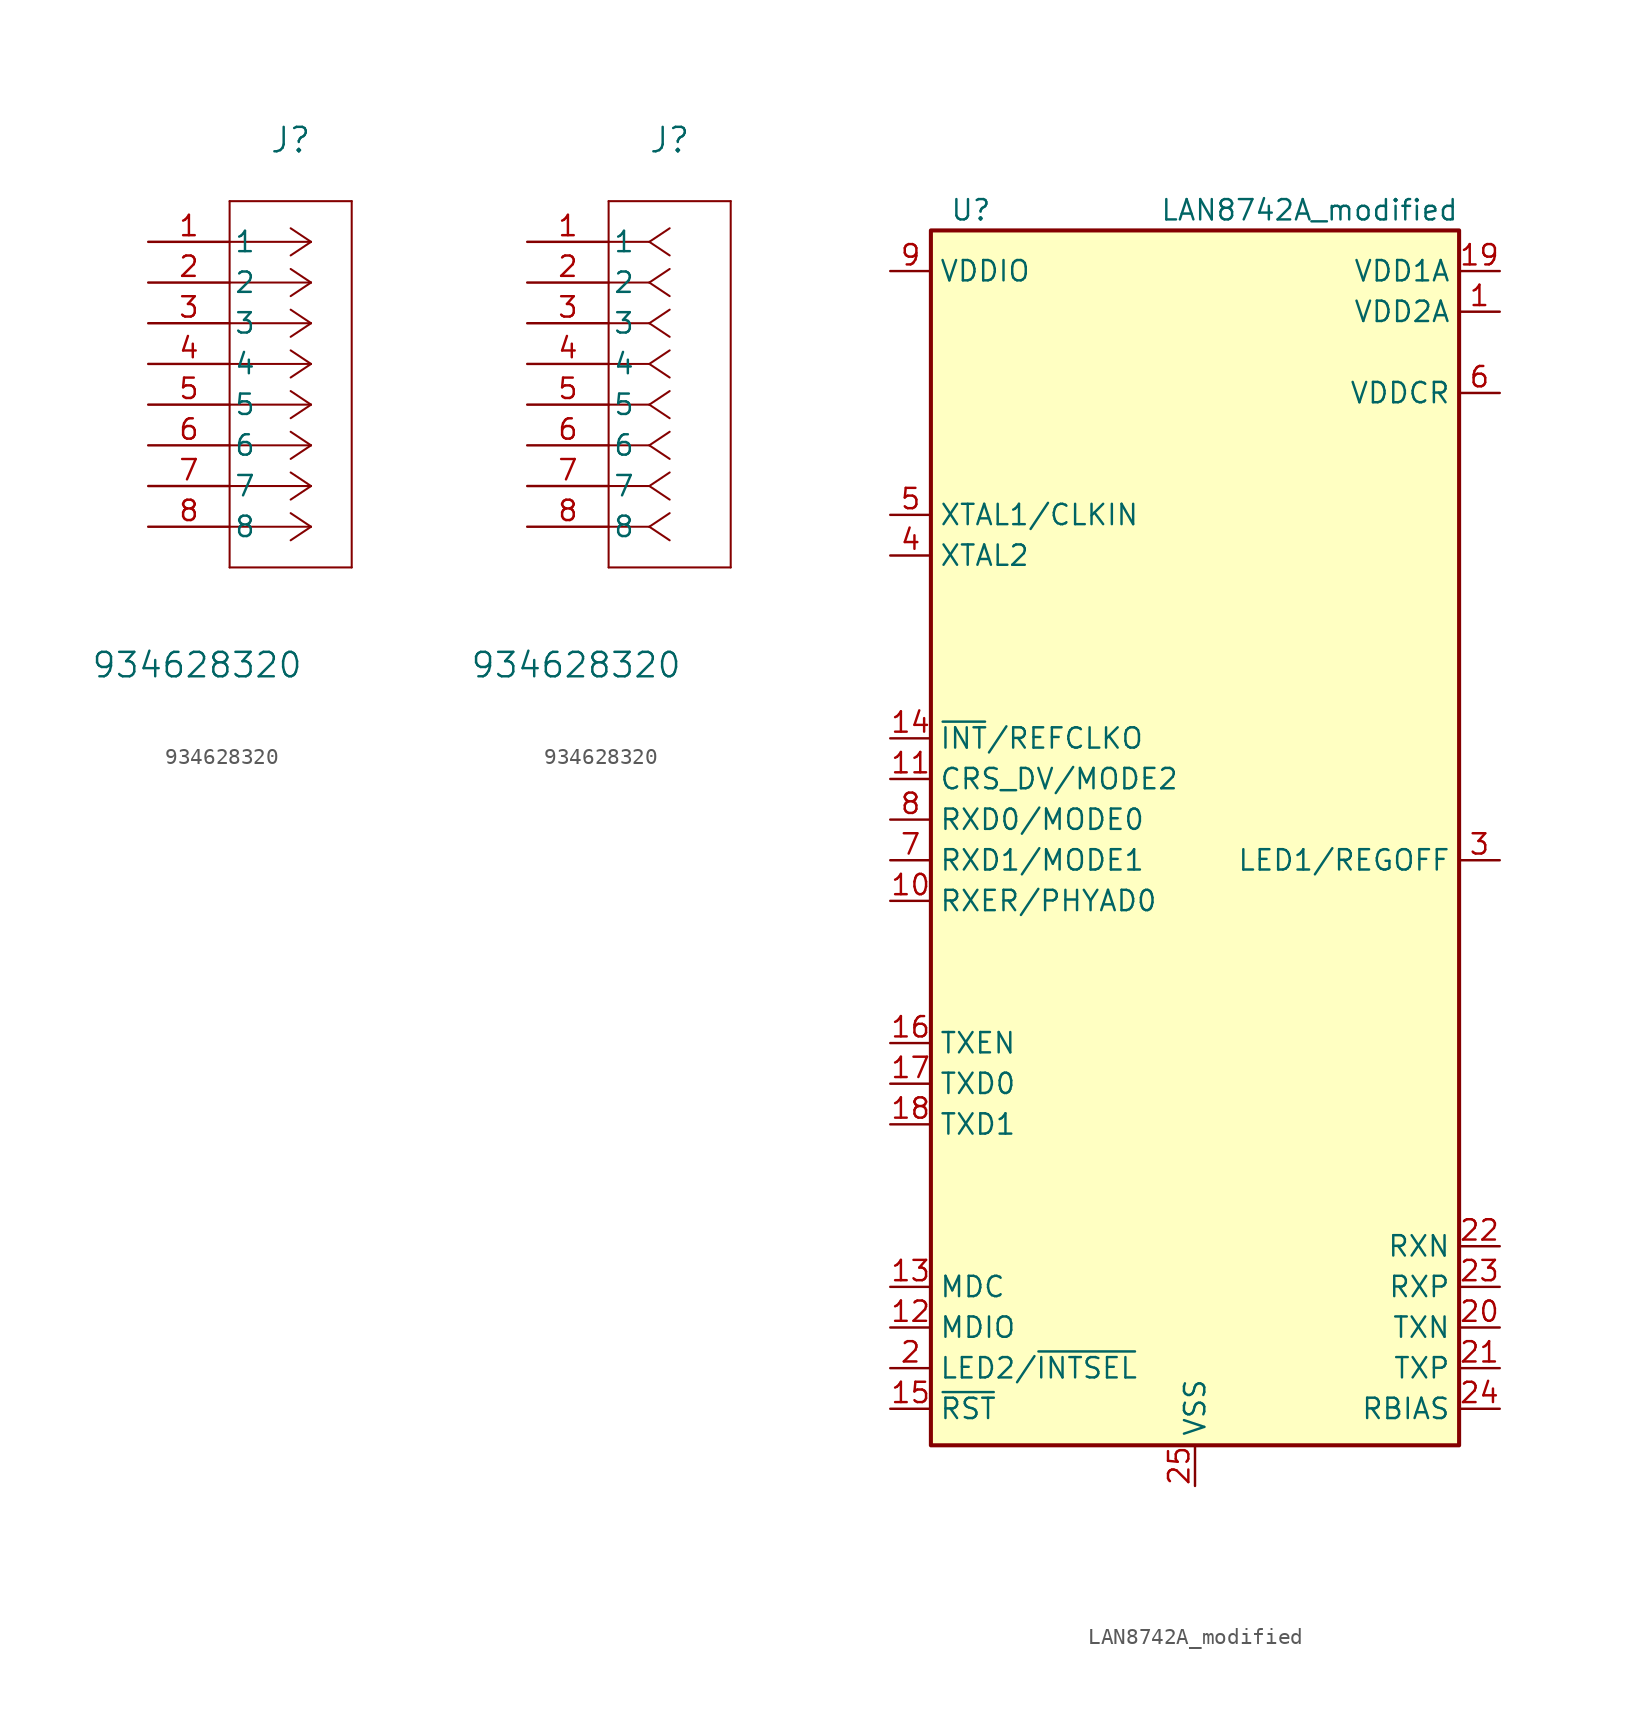
<source format=kicad_sym>
(kicad_symbol_lib
  (version 20241209)
  (generator "kicad_symbol_editor")
  (generator_version "9.0")
  (symbol "934628320"
    (pin_names
      (offset 0.254))
    (property "Reference" "J"
      (at 8.89 6.35 0)
      (effects (font (size 1.524 1.524))))
    (property "Value" "934628320"
      (at 3.048 -26.416 0)
      (effects (font (size 1.524 1.524))))
    (property "ki_locked" ""
      (at 0 0 0)
      (effects (font (size 1.27 1.27))))
    (symbol "934628320_1_1"
      (polyline (pts (xy 5.08 2.54) (xy 5.08 -20.32)) (stroke (width 0.127) (type default)) (fill (type none)))
      (polyline (pts (xy 5.08 -20.32) (xy 12.7 -20.32)) (stroke (width 0.127) (type default)) (fill (type none)))
      (polyline (pts (xy 10.16 0) (xy 5.08 0)) (stroke (width 0.127) (type default)) (fill (type none)))
      (polyline (pts (xy 10.16 0) (xy 8.89 0.847)) (stroke (width 0.127) (type default)) (fill (type none)))
      (polyline (pts (xy 10.16 0) (xy 8.89 -0.847)) (stroke (width 0.127) (type default)) (fill (type none)))
      (polyline (pts (xy 10.16 -2.54) (xy 5.08 -2.54)) (stroke (width 0.127) (type default)) (fill (type none)))
      (polyline (pts (xy 10.16 -2.54) (xy 8.89 -1.693)) (stroke (width 0.127) (type default)) (fill (type none)))
      (polyline (pts (xy 10.16 -2.54) (xy 8.89 -3.387)) (stroke (width 0.127) (type default)) (fill (type none)))
      (polyline (pts (xy 10.16 -5.08) (xy 5.08 -5.08)) (stroke (width 0.127) (type default)) (fill (type none)))
      (polyline (pts (xy 10.16 -5.08) (xy 8.89 -4.233)) (stroke (width 0.127) (type default)) (fill (type none)))
      (polyline (pts (xy 10.16 -5.08) (xy 8.89 -5.927)) (stroke (width 0.127) (type default)) (fill (type none)))
      (polyline (pts (xy 10.16 -7.62) (xy 5.08 -7.62)) (stroke (width 0.127) (type default)) (fill (type none)))
      (polyline (pts (xy 10.16 -7.62) (xy 8.89 -6.773)) (stroke (width 0.127) (type default)) (fill (type none)))
      (polyline (pts (xy 10.16 -7.62) (xy 8.89 -8.467)) (stroke (width 0.127) (type default)) (fill (type none)))
      (polyline (pts (xy 10.16 -10.16) (xy 5.08 -10.16)) (stroke (width 0.127) (type default)) (fill (type none)))
      (polyline (pts (xy 10.16 -10.16) (xy 8.89 -9.313)) (stroke (width 0.127) (type default)) (fill (type none)))
      (polyline (pts (xy 10.16 -10.16) (xy 8.89 -11.007)) (stroke (width 0.127) (type default)) (fill (type none)))
      (polyline (pts (xy 10.16 -12.7) (xy 5.08 -12.7)) (stroke (width 0.127) (type default)) (fill (type none)))
      (polyline (pts (xy 10.16 -12.7) (xy 8.89 -11.853)) (stroke (width 0.127) (type default)) (fill (type none)))
      (polyline (pts (xy 10.16 -12.7) (xy 8.89 -13.547)) (stroke (width 0.127) (type default)) (fill (type none)))
      (polyline (pts (xy 10.16 -15.24) (xy 5.08 -15.24)) (stroke (width 0.127) (type default)) (fill (type none)))
      (polyline (pts (xy 10.16 -15.24) (xy 8.89 -14.393)) (stroke (width 0.127) (type default)) (fill (type none)))
      (polyline (pts (xy 10.16 -15.24) (xy 8.89 -16.087)) (stroke (width 0.127) (type default)) (fill (type none)))
      (polyline (pts (xy 10.16 -17.78) (xy 5.08 -17.78)) (stroke (width 0.127) (type default)) (fill (type none)))
      (polyline (pts (xy 10.16 -17.78) (xy 8.89 -16.933)) (stroke (width 0.127) (type default)) (fill (type none)))
      (polyline (pts (xy 10.16 -17.78) (xy 8.89 -18.627)) (stroke (width 0.127) (type default)) (fill (type none)))
      (polyline (pts (xy 12.7 2.54) (xy 5.08 2.54)) (stroke (width 0.127) (type default)) (fill (type none)))
      (polyline (pts (xy 12.7 -20.32) (xy 12.7 2.54)) (stroke (width 0.127) (type default)) (fill (type none)))
      (pin unspecified line (at 0 0 0) (length 5.08) (name "1" (effects (font (size 1.27 1.27)))) (number "1" (effects (font (size 1.27 1.27)))))
      (pin unspecified line (at 0 -2.54 0) (length 5.08) (name "2" (effects (font (size 1.27 1.27)))) (number "2" (effects (font (size 1.27 1.27)))))
      (pin unspecified line (at 0 -5.08 0) (length 5.08) (name "3" (effects (font (size 1.27 1.27)))) (number "3" (effects (font (size 1.27 1.27)))))
      (pin unspecified line (at 0 -7.62 0) (length 5.08) (name "4" (effects (font (size 1.27 1.27)))) (number "4" (effects (font (size 1.27 1.27)))))
      (pin unspecified line (at 0 -10.16 0) (length 5.08) (name "5" (effects (font (size 1.27 1.27)))) (number "5" (effects (font (size 1.27 1.27)))))
      (pin unspecified line (at 0 -12.7 0) (length 5.08) (name "6" (effects (font (size 1.27 1.27)))) (number "6" (effects (font (size 1.27 1.27)))))
      (pin unspecified line (at 0 -15.24 0) (length 5.08) (name "7" (effects (font (size 1.27 1.27)))) (number "7" (effects (font (size 1.27 1.27)))))
      (pin unspecified line (at 0 -17.78 0) (length 5.08) (name "8" (effects (font (size 1.27 1.27)))) (number "8" (effects (font (size 1.27 1.27))))))
    (symbol "934628320_1_2"
      (polyline (pts (xy 5.08 2.54) (xy 5.08 -20.32)) (stroke (width 0.127) (type default)) (fill (type none)))
      (polyline (pts (xy 5.08 -20.32) (xy 12.7 -20.32)) (stroke (width 0.127) (type default)) (fill (type none)))
      (polyline (pts (xy 7.62 0) (xy 5.08 0)) (stroke (width 0.127) (type default)) (fill (type none)))
      (polyline (pts (xy 7.62 0) (xy 8.89 0.847)) (stroke (width 0.127) (type default)) (fill (type none)))
      (polyline (pts (xy 7.62 0) (xy 8.89 -0.847)) (stroke (width 0.127) (type default)) (fill (type none)))
      (polyline (pts (xy 7.62 -2.54) (xy 5.08 -2.54)) (stroke (width 0.127) (type default)) (fill (type none)))
      (polyline (pts (xy 7.62 -2.54) (xy 8.89 -1.693)) (stroke (width 0.127) (type default)) (fill (type none)))
      (polyline (pts (xy 7.62 -2.54) (xy 8.89 -3.387)) (stroke (width 0.127) (type default)) (fill (type none)))
      (polyline (pts (xy 7.62 -5.08) (xy 5.08 -5.08)) (stroke (width 0.127) (type default)) (fill (type none)))
      (polyline (pts (xy 7.62 -5.08) (xy 8.89 -4.233)) (stroke (width 0.127) (type default)) (fill (type none)))
      (polyline (pts (xy 7.62 -5.08) (xy 8.89 -5.927)) (stroke (width 0.127) (type default)) (fill (type none)))
      (polyline (pts (xy 7.62 -7.62) (xy 5.08 -7.62)) (stroke (width 0.127) (type default)) (fill (type none)))
      (polyline (pts (xy 7.62 -7.62) (xy 8.89 -6.773)) (stroke (width 0.127) (type default)) (fill (type none)))
      (polyline (pts (xy 7.62 -7.62) (xy 8.89 -8.467)) (stroke (width 0.127) (type default)) (fill (type none)))
      (polyline (pts (xy 7.62 -10.16) (xy 5.08 -10.16)) (stroke (width 0.127) (type default)) (fill (type none)))
      (polyline (pts (xy 7.62 -10.16) (xy 8.89 -9.313)) (stroke (width 0.127) (type default)) (fill (type none)))
      (polyline (pts (xy 7.62 -10.16) (xy 8.89 -11.007)) (stroke (width 0.127) (type default)) (fill (type none)))
      (polyline (pts (xy 7.62 -12.7) (xy 5.08 -12.7)) (stroke (width 0.127) (type default)) (fill (type none)))
      (polyline (pts (xy 7.62 -12.7) (xy 8.89 -11.853)) (stroke (width 0.127) (type default)) (fill (type none)))
      (polyline (pts (xy 7.62 -12.7) (xy 8.89 -13.547)) (stroke (width 0.127) (type default)) (fill (type none)))
      (polyline (pts (xy 7.62 -15.24) (xy 5.08 -15.24)) (stroke (width 0.127) (type default)) (fill (type none)))
      (polyline (pts (xy 7.62 -15.24) (xy 8.89 -14.393)) (stroke (width 0.127) (type default)) (fill (type none)))
      (polyline (pts (xy 7.62 -15.24) (xy 8.89 -16.087)) (stroke (width 0.127) (type default)) (fill (type none)))
      (polyline (pts (xy 7.62 -17.78) (xy 5.08 -17.78)) (stroke (width 0.127) (type default)) (fill (type none)))
      (polyline (pts (xy 7.62 -17.78) (xy 8.89 -16.933)) (stroke (width 0.127) (type default)) (fill (type none)))
      (polyline (pts (xy 7.62 -17.78) (xy 8.89 -18.627)) (stroke (width 0.127) (type default)) (fill (type none)))
      (polyline (pts (xy 12.7 2.54) (xy 5.08 2.54)) (stroke (width 0.127) (type default)) (fill (type none)))
      (polyline (pts (xy 12.7 -20.32) (xy 12.7 2.54)) (stroke (width 0.127) (type default)) (fill (type none)))
      (pin unspecified line (at 0 0 0) (length 5.08) (name "1" (effects (font (size 1.27 1.27)))) (number "1" (effects (font (size 1.27 1.27)))))
      (pin unspecified line (at 0 -2.54 0) (length 5.08) (name "2" (effects (font (size 1.27 1.27)))) (number "2" (effects (font (size 1.27 1.27)))))
      (pin unspecified line (at 0 -5.08 0) (length 5.08) (name "3" (effects (font (size 1.27 1.27)))) (number "3" (effects (font (size 1.27 1.27)))))
      (pin unspecified line (at 0 -7.62 0) (length 5.08) (name "4" (effects (font (size 1.27 1.27)))) (number "4" (effects (font (size 1.27 1.27)))))
      (pin unspecified line (at 0 -10.16 0) (length 5.08) (name "5" (effects (font (size 1.27 1.27)))) (number "5" (effects (font (size 1.27 1.27)))))
      (pin unspecified line (at 0 -12.7 0) (length 5.08) (name "6" (effects (font (size 1.27 1.27)))) (number "6" (effects (font (size 1.27 1.27)))))
      (pin unspecified line (at 0 -15.24 0) (length 5.08) (name "7" (effects (font (size 1.27 1.27)))) (number "7" (effects (font (size 1.27 1.27)))))
      (pin unspecified line (at 0 -17.78 0) (length 5.08) (name "8" (effects (font (size 1.27 1.27)))) (number "8" (effects (font (size 1.27 1.27)))))))
  (symbol "LAN8742A_modified"
    (property "Reference" "U"
      (at -13.97 29.21 0)
      (effects (font (size 1.27 1.27)) (justify right)))
    (property "Value" "LAN8742A_modified"
      (at 15.24 29.21 0)
      (effects (font (size 1.27 1.27)) (justify right)))
    (symbol "LAN8742A_modified_0_1"
      (rectangle (start -17.78 27.94) (end 15.24 -48.006) (stroke (width 0.254) (type default)) (fill (type background))))
    (symbol "LAN8742A_modified_1_1"
      (pin power_in line (at -20.32 25.4 0) (length 2.54) (name "VDDIO" (effects (font (size 1.27 1.27)))) (number "9" (effects (font (size 1.27 1.27)))))
      (pin input line (at -20.32 10.16 0) (length 2.54) (name "XTAL1/CLKIN" (effects (font (size 1.27 1.27)))) (number "5" (effects (font (size 1.27 1.27)))))
      (pin output line (at -20.32 7.62 0) (length 2.54) (name "XTAL2" (effects (font (size 1.27 1.27)))) (number "4" (effects (font (size 1.27 1.27)))))
      (pin output line (at -20.32 -3.81 0) (length 2.54) (name "~{INT}/REFCLKO" (effects (font (size 1.27 1.27)))) (number "14" (effects (font (size 1.27 1.27)))))
      (pin bidirectional line (at -20.32 -6.35 0) (length 2.54) (name "CRS_DV/MODE2" (effects (font (size 1.27 1.27)))) (number "11" (effects (font (size 1.27 1.27)))))
      (pin bidirectional line (at -20.32 -8.89 0) (length 2.54) (name "RXD0/MODE0" (effects (font (size 1.27 1.27)))) (number "8" (effects (font (size 1.27 1.27)))))
      (pin bidirectional line (at -20.32 -11.43 0) (length 2.54) (name "RXD1/MODE1" (effects (font (size 1.27 1.27)))) (number "7" (effects (font (size 1.27 1.27)))))
      (pin output line (at -20.32 -13.97 0) (length 2.54) (name "RXER/PHYAD0" (effects (font (size 1.27 1.27)))) (number "10" (effects (font (size 1.27 1.27)))))
      (pin input line (at -20.32 -22.86 0) (length 2.54) (name "TXEN" (effects (font (size 1.27 1.27)))) (number "16" (effects (font (size 1.27 1.27)))))
      (pin input line (at -20.32 -25.4 0) (length 2.54) (name "TXD0" (effects (font (size 1.27 1.27)))) (number "17" (effects (font (size 1.27 1.27)))))
      (pin input line (at -20.32 -27.94 0) (length 2.54) (name "TXD1" (effects (font (size 1.27 1.27)))) (number "18" (effects (font (size 1.27 1.27)))))
      (pin input line (at -20.32 -38.1 0) (length 2.54) (name "MDC" (effects (font (size 1.27 1.27)))) (number "13" (effects (font (size 1.27 1.27)))))
      (pin bidirectional line (at -20.32 -40.64 0) (length 2.54) (name "MDIO" (effects (font (size 1.27 1.27)))) (number "12" (effects (font (size 1.27 1.27)))))
      (pin bidirectional line (at -20.32 -43.18 0) (length 2.54) (name "LED2/~{INTSEL}" (effects (font (size 1.27 1.27)))) (number "2" (effects (font (size 1.27 1.27)))) (alternate "~{INT}/~{INTSEL}" output line) (alternate "~{PME}/~{INTSEL}" output line))
      (pin input line (at -20.32 -45.72 0) (length 2.54) (name "~{RST}" (effects (font (size 1.27 1.27)))) (number "15" (effects (font (size 1.27 1.27)))))
      (pin power_in line (at -1.27 -50.546 90) (length 2.54) (name "VSS" (effects (font (size 1.27 1.27)))) (number "25" (effects (font (size 1.27 1.27)))))
      (pin power_in line (at 17.78 25.4 180) (length 2.54) (name "VDD1A" (effects (font (size 1.27 1.27)))) (number "19" (effects (font (size 1.27 1.27)))))
      (pin power_in line (at 17.78 22.86 180) (length 2.54) (name "VDD2A" (effects (font (size 1.27 1.27)))) (number "1" (effects (font (size 1.27 1.27)))))
      (pin power_in line (at 17.78 17.78 180) (length 2.54) (name "VDDCR" (effects (font (size 1.27 1.27)))) (number "6" (effects (font (size 1.27 1.27)))))
      (pin bidirectional line (at 17.78 -11.43 180) (length 2.54) (name "LED1/REGOFF" (effects (font (size 1.27 1.27)))) (number "3" (effects (font (size 1.27 1.27)))) (alternate "~{INT}/REGOFF" bidirectional line) (alternate "~{PME}/REGOFF" bidirectional line))
      (pin passive line (at 17.78 -35.56 180) (length 2.54) (name "RXN" (effects (font (size 1.27 1.27)))) (number "22" (effects (font (size 1.27 1.27)))))
      (pin passive line (at 17.78 -38.1 180) (length 2.54) (name "RXP" (effects (font (size 1.27 1.27)))) (number "23" (effects (font (size 1.27 1.27)))))
      (pin passive line (at 17.78 -40.64 180) (length 2.54) (name "TXN" (effects (font (size 1.27 1.27)))) (number "20" (effects (font (size 1.27 1.27)))))
      (pin passive line (at 17.78 -43.18 180) (length 2.54) (name "TXP" (effects (font (size 1.27 1.27)))) (number "21" (effects (font (size 1.27 1.27)))))
      (pin passive line (at 17.78 -45.72 180) (length 2.54) (name "RBIAS" (effects (font (size 1.27 1.27)))) (number "24" (effects (font (size 1.27 1.27))))))))
</source>
